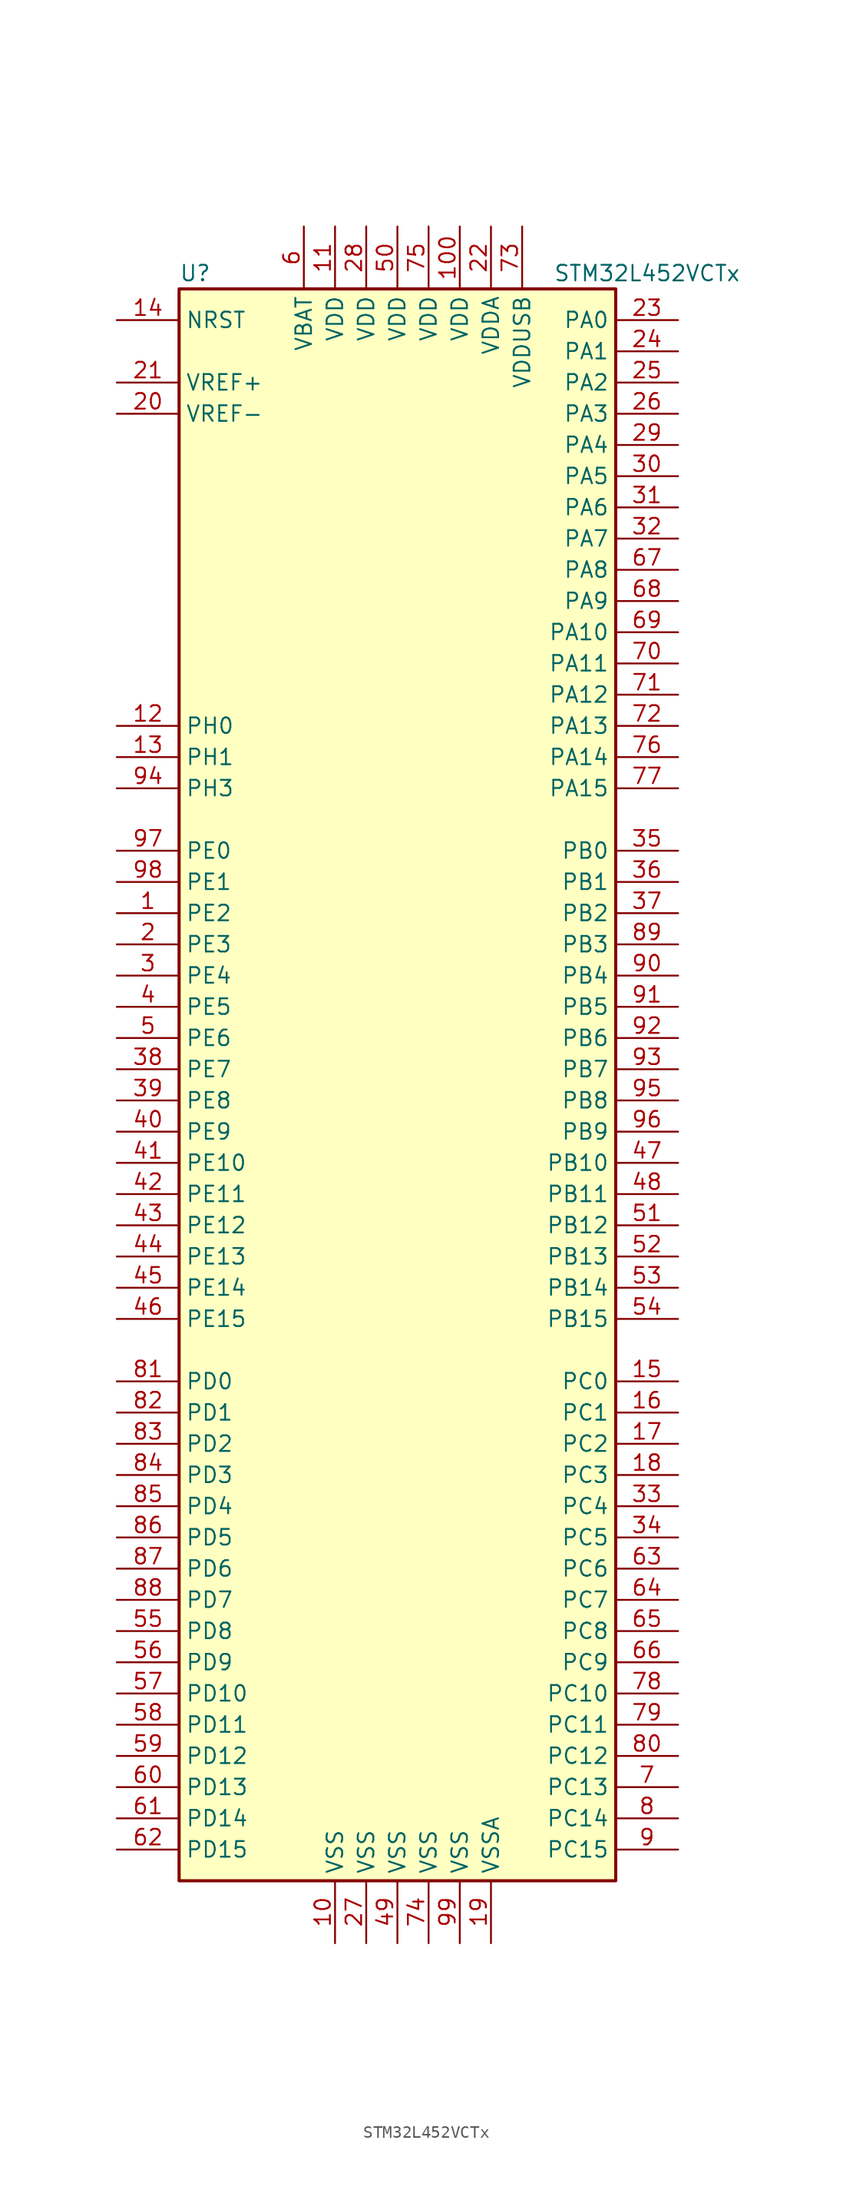
<source format=kicad_sym>
(kicad_symbol_lib
  (version 20201005)
  (generator kicad_symbol_editor)
  (symbol "MCU_ST_STM32L4:STM32L452VCTx"
    (property "Reference" "U"
      (at -17.78 64.77 0)
      (effects (font (size 1.27 1.27)) (justify left)))
    (property "Value" "STM32L452VCTx"
      (at 12.7 64.77 0)
      (effects (font (size 1.27 1.27)) (justify left)))
    (symbol "STM32L452VCTx_0_1"
      (rectangle (start -17.78 -66.04) (end 17.78 63.5) (stroke (width 0.254)) (fill (type background))))
    (symbol "STM32L452VCTx_1_1"
      (pin bidirectional line (at -22.86 12.7 0) (length 5.08) (name "PE2" (effects (font (size 1.27 1.27)))) (number "1" (effects (font (size 1.27 1.27)))))
      (pin power_in line (at -5.08 -71.12 90) (length 5.08) (name "VSS" (effects (font (size 1.27 1.27)))) (number "10" (effects (font (size 1.27 1.27)))))
      (pin power_in line (at 5.08 68.58 270) (length 5.08) (name "VDD" (effects (font (size 1.27 1.27)))) (number "100" (effects (font (size 1.27 1.27)))))
      (pin power_in line (at -5.08 68.58 270) (length 5.08) (name "VDD" (effects (font (size 1.27 1.27)))) (number "11" (effects (font (size 1.27 1.27)))))
      (pin input line (at -22.86 27.94 0) (length 5.08) (name "PH0" (effects (font (size 1.27 1.27)))) (number "12" (effects (font (size 1.27 1.27)))))
      (pin input line (at -22.86 25.4 0) (length 5.08) (name "PH1" (effects (font (size 1.27 1.27)))) (number "13" (effects (font (size 1.27 1.27)))))
      (pin input line (at -22.86 60.96 0) (length 5.08) (name "NRST" (effects (font (size 1.27 1.27)))) (number "14" (effects (font (size 1.27 1.27)))))
      (pin bidirectional line (at 22.86 -25.4 180) (length 5.08) (name "PC0" (effects (font (size 1.27 1.27)))) (number "15" (effects (font (size 1.27 1.27)))))
      (pin bidirectional line (at 22.86 -27.94 180) (length 5.08) (name "PC1" (effects (font (size 1.27 1.27)))) (number "16" (effects (font (size 1.27 1.27)))))
      (pin bidirectional line (at 22.86 -30.48 180) (length 5.08) (name "PC2" (effects (font (size 1.27 1.27)))) (number "17" (effects (font (size 1.27 1.27)))))
      (pin bidirectional line (at 22.86 -33.02 180) (length 5.08) (name "PC3" (effects (font (size 1.27 1.27)))) (number "18" (effects (font (size 1.27 1.27)))))
      (pin power_in line (at 7.62 -71.12 90) (length 5.08) (name "VSSA" (effects (font (size 1.27 1.27)))) (number "19" (effects (font (size 1.27 1.27)))))
      (pin bidirectional line (at -22.86 10.16 0) (length 5.08) (name "PE3" (effects (font (size 1.27 1.27)))) (number "2" (effects (font (size 1.27 1.27)))))
      (pin power_in line (at -22.86 53.34 0) (length 5.08) (name "VREF-" (effects (font (size 1.27 1.27)))) (number "20" (effects (font (size 1.27 1.27)))))
      (pin bidirectional line (at -22.86 55.88 0) (length 5.08) (name "VREF+" (effects (font (size 1.27 1.27)))) (number "21" (effects (font (size 1.27 1.27)))))
      (pin power_in line (at 7.62 68.58 270) (length 5.08) (name "VDDA" (effects (font (size 1.27 1.27)))) (number "22" (effects (font (size 1.27 1.27)))))
      (pin bidirectional line (at 22.86 60.96 180) (length 5.08) (name "PA0" (effects (font (size 1.27 1.27)))) (number "23" (effects (font (size 1.27 1.27)))))
      (pin bidirectional line (at 22.86 58.42 180) (length 5.08) (name "PA1" (effects (font (size 1.27 1.27)))) (number "24" (effects (font (size 1.27 1.27)))))
      (pin bidirectional line (at 22.86 55.88 180) (length 5.08) (name "PA2" (effects (font (size 1.27 1.27)))) (number "25" (effects (font (size 1.27 1.27)))))
      (pin bidirectional line (at 22.86 53.34 180) (length 5.08) (name "PA3" (effects (font (size 1.27 1.27)))) (number "26" (effects (font (size 1.27 1.27)))))
      (pin power_in line (at -2.54 -71.12 90) (length 5.08) (name "VSS" (effects (font (size 1.27 1.27)))) (number "27" (effects (font (size 1.27 1.27)))))
      (pin power_in line (at -2.54 68.58 270) (length 5.08) (name "VDD" (effects (font (size 1.27 1.27)))) (number "28" (effects (font (size 1.27 1.27)))))
      (pin bidirectional line (at 22.86 50.8 180) (length 5.08) (name "PA4" (effects (font (size 1.27 1.27)))) (number "29" (effects (font (size 1.27 1.27)))))
      (pin bidirectional line (at -22.86 7.62 0) (length 5.08) (name "PE4" (effects (font (size 1.27 1.27)))) (number "3" (effects (font (size 1.27 1.27)))))
      (pin bidirectional line (at 22.86 48.26 180) (length 5.08) (name "PA5" (effects (font (size 1.27 1.27)))) (number "30" (effects (font (size 1.27 1.27)))))
      (pin bidirectional line (at 22.86 45.72 180) (length 5.08) (name "PA6" (effects (font (size 1.27 1.27)))) (number "31" (effects (font (size 1.27 1.27)))))
      (pin bidirectional line (at 22.86 43.18 180) (length 5.08) (name "PA7" (effects (font (size 1.27 1.27)))) (number "32" (effects (font (size 1.27 1.27)))))
      (pin bidirectional line (at 22.86 -35.56 180) (length 5.08) (name "PC4" (effects (font (size 1.27 1.27)))) (number "33" (effects (font (size 1.27 1.27)))))
      (pin bidirectional line (at 22.86 -38.1 180) (length 5.08) (name "PC5" (effects (font (size 1.27 1.27)))) (number "34" (effects (font (size 1.27 1.27)))))
      (pin bidirectional line (at 22.86 17.78 180) (length 5.08) (name "PB0" (effects (font (size 1.27 1.27)))) (number "35" (effects (font (size 1.27 1.27)))))
      (pin bidirectional line (at 22.86 15.24 180) (length 5.08) (name "PB1" (effects (font (size 1.27 1.27)))) (number "36" (effects (font (size 1.27 1.27)))))
      (pin bidirectional line (at 22.86 12.7 180) (length 5.08) (name "PB2" (effects (font (size 1.27 1.27)))) (number "37" (effects (font (size 1.27 1.27)))))
      (pin bidirectional line (at -22.86 0 0) (length 5.08) (name "PE7" (effects (font (size 1.27 1.27)))) (number "38" (effects (font (size 1.27 1.27)))))
      (pin bidirectional line (at -22.86 -2.54 0) (length 5.08) (name "PE8" (effects (font (size 1.27 1.27)))) (number "39" (effects (font (size 1.27 1.27)))))
      (pin bidirectional line (at -22.86 5.08 0) (length 5.08) (name "PE5" (effects (font (size 1.27 1.27)))) (number "4" (effects (font (size 1.27 1.27)))))
      (pin bidirectional line (at -22.86 -5.08 0) (length 5.08) (name "PE9" (effects (font (size 1.27 1.27)))) (number "40" (effects (font (size 1.27 1.27)))))
      (pin bidirectional line (at -22.86 -7.62 0) (length 5.08) (name "PE10" (effects (font (size 1.27 1.27)))) (number "41" (effects (font (size 1.27 1.27)))))
      (pin bidirectional line (at -22.86 -10.16 0) (length 5.08) (name "PE11" (effects (font (size 1.27 1.27)))) (number "42" (effects (font (size 1.27 1.27)))))
      (pin bidirectional line (at -22.86 -12.7 0) (length 5.08) (name "PE12" (effects (font (size 1.27 1.27)))) (number "43" (effects (font (size 1.27 1.27)))))
      (pin bidirectional line (at -22.86 -15.24 0) (length 5.08) (name "PE13" (effects (font (size 1.27 1.27)))) (number "44" (effects (font (size 1.27 1.27)))))
      (pin bidirectional line (at -22.86 -17.78 0) (length 5.08) (name "PE14" (effects (font (size 1.27 1.27)))) (number "45" (effects (font (size 1.27 1.27)))))
      (pin bidirectional line (at -22.86 -20.32 0) (length 5.08) (name "PE15" (effects (font (size 1.27 1.27)))) (number "46" (effects (font (size 1.27 1.27)))))
      (pin bidirectional line (at 22.86 -7.62 180) (length 5.08) (name "PB10" (effects (font (size 1.27 1.27)))) (number "47" (effects (font (size 1.27 1.27)))))
      (pin bidirectional line (at 22.86 -10.16 180) (length 5.08) (name "PB11" (effects (font (size 1.27 1.27)))) (number "48" (effects (font (size 1.27 1.27)))))
      (pin power_in line (at 0 -71.12 90) (length 5.08) (name "VSS" (effects (font (size 1.27 1.27)))) (number "49" (effects (font (size 1.27 1.27)))))
      (pin bidirectional line (at -22.86 2.54 0) (length 5.08) (name "PE6" (effects (font (size 1.27 1.27)))) (number "5" (effects (font (size 1.27 1.27)))))
      (pin power_in line (at 0 68.58 270) (length 5.08) (name "VDD" (effects (font (size 1.27 1.27)))) (number "50" (effects (font (size 1.27 1.27)))))
      (pin bidirectional line (at 22.86 -12.7 180) (length 5.08) (name "PB12" (effects (font (size 1.27 1.27)))) (number "51" (effects (font (size 1.27 1.27)))))
      (pin bidirectional line (at 22.86 -15.24 180) (length 5.08) (name "PB13" (effects (font (size 1.27 1.27)))) (number "52" (effects (font (size 1.27 1.27)))))
      (pin bidirectional line (at 22.86 -17.78 180) (length 5.08) (name "PB14" (effects (font (size 1.27 1.27)))) (number "53" (effects (font (size 1.27 1.27)))))
      (pin bidirectional line (at 22.86 -20.32 180) (length 5.08) (name "PB15" (effects (font (size 1.27 1.27)))) (number "54" (effects (font (size 1.27 1.27)))))
      (pin bidirectional line (at -22.86 -45.72 0) (length 5.08) (name "PD8" (effects (font (size 1.27 1.27)))) (number "55" (effects (font (size 1.27 1.27)))))
      (pin bidirectional line (at -22.86 -48.26 0) (length 5.08) (name "PD9" (effects (font (size 1.27 1.27)))) (number "56" (effects (font (size 1.27 1.27)))))
      (pin bidirectional line (at -22.86 -50.8 0) (length 5.08) (name "PD10" (effects (font (size 1.27 1.27)))) (number "57" (effects (font (size 1.27 1.27)))))
      (pin bidirectional line (at -22.86 -53.34 0) (length 5.08) (name "PD11" (effects (font (size 1.27 1.27)))) (number "58" (effects (font (size 1.27 1.27)))))
      (pin bidirectional line (at -22.86 -55.88 0) (length 5.08) (name "PD12" (effects (font (size 1.27 1.27)))) (number "59" (effects (font (size 1.27 1.27)))))
      (pin power_in line (at -7.62 68.58 270) (length 5.08) (name "VBAT" (effects (font (size 1.27 1.27)))) (number "6" (effects (font (size 1.27 1.27)))))
      (pin bidirectional line (at -22.86 -58.42 0) (length 5.08) (name "PD13" (effects (font (size 1.27 1.27)))) (number "60" (effects (font (size 1.27 1.27)))))
      (pin bidirectional line (at -22.86 -60.96 0) (length 5.08) (name "PD14" (effects (font (size 1.27 1.27)))) (number "61" (effects (font (size 1.27 1.27)))))
      (pin bidirectional line (at -22.86 -63.5 0) (length 5.08) (name "PD15" (effects (font (size 1.27 1.27)))) (number "62" (effects (font (size 1.27 1.27)))))
      (pin bidirectional line (at 22.86 -40.64 180) (length 5.08) (name "PC6" (effects (font (size 1.27 1.27)))) (number "63" (effects (font (size 1.27 1.27)))))
      (pin bidirectional line (at 22.86 -43.18 180) (length 5.08) (name "PC7" (effects (font (size 1.27 1.27)))) (number "64" (effects (font (size 1.27 1.27)))))
      (pin bidirectional line (at 22.86 -45.72 180) (length 5.08) (name "PC8" (effects (font (size 1.27 1.27)))) (number "65" (effects (font (size 1.27 1.27)))))
      (pin bidirectional line (at 22.86 -48.26 180) (length 5.08) (name "PC9" (effects (font (size 1.27 1.27)))) (number "66" (effects (font (size 1.27 1.27)))))
      (pin bidirectional line (at 22.86 40.64 180) (length 5.08) (name "PA8" (effects (font (size 1.27 1.27)))) (number "67" (effects (font (size 1.27 1.27)))))
      (pin bidirectional line (at 22.86 38.1 180) (length 5.08) (name "PA9" (effects (font (size 1.27 1.27)))) (number "68" (effects (font (size 1.27 1.27)))))
      (pin bidirectional line (at 22.86 35.56 180) (length 5.08) (name "PA10" (effects (font (size 1.27 1.27)))) (number "69" (effects (font (size 1.27 1.27)))))
      (pin bidirectional line (at 22.86 -58.42 180) (length 5.08) (name "PC13" (effects (font (size 1.27 1.27)))) (number "7" (effects (font (size 1.27 1.27)))))
      (pin bidirectional line (at 22.86 33.02 180) (length 5.08) (name "PA11" (effects (font (size 1.27 1.27)))) (number "70" (effects (font (size 1.27 1.27)))))
      (pin bidirectional line (at 22.86 30.48 180) (length 5.08) (name "PA12" (effects (font (size 1.27 1.27)))) (number "71" (effects (font (size 1.27 1.27)))))
      (pin bidirectional line (at 22.86 27.94 180) (length 5.08) (name "PA13" (effects (font (size 1.27 1.27)))) (number "72" (effects (font (size 1.27 1.27)))))
      (pin power_in line (at 10.16 68.58 270) (length 5.08) (name "VDDUSB" (effects (font (size 1.27 1.27)))) (number "73" (effects (font (size 1.27 1.27)))))
      (pin power_in line (at 2.54 -71.12 90) (length 5.08) (name "VSS" (effects (font (size 1.27 1.27)))) (number "74" (effects (font (size 1.27 1.27)))))
      (pin power_in line (at 2.54 68.58 270) (length 5.08) (name "VDD" (effects (font (size 1.27 1.27)))) (number "75" (effects (font (size 1.27 1.27)))))
      (pin bidirectional line (at 22.86 25.4 180) (length 5.08) (name "PA14" (effects (font (size 1.27 1.27)))) (number "76" (effects (font (size 1.27 1.27)))))
      (pin bidirectional line (at 22.86 22.86 180) (length 5.08) (name "PA15" (effects (font (size 1.27 1.27)))) (number "77" (effects (font (size 1.27 1.27)))))
      (pin bidirectional line (at 22.86 -50.8 180) (length 5.08) (name "PC10" (effects (font (size 1.27 1.27)))) (number "78" (effects (font (size 1.27 1.27)))))
      (pin bidirectional line (at 22.86 -53.34 180) (length 5.08) (name "PC11" (effects (font (size 1.27 1.27)))) (number "79" (effects (font (size 1.27 1.27)))))
      (pin bidirectional line (at 22.86 -60.96 180) (length 5.08) (name "PC14" (effects (font (size 1.27 1.27)))) (number "8" (effects (font (size 1.27 1.27)))))
      (pin bidirectional line (at 22.86 -55.88 180) (length 5.08) (name "PC12" (effects (font (size 1.27 1.27)))) (number "80" (effects (font (size 1.27 1.27)))))
      (pin bidirectional line (at -22.86 -25.4 0) (length 5.08) (name "PD0" (effects (font (size 1.27 1.27)))) (number "81" (effects (font (size 1.27 1.27)))))
      (pin bidirectional line (at -22.86 -27.94 0) (length 5.08) (name "PD1" (effects (font (size 1.27 1.27)))) (number "82" (effects (font (size 1.27 1.27)))))
      (pin bidirectional line (at -22.86 -30.48 0) (length 5.08) (name "PD2" (effects (font (size 1.27 1.27)))) (number "83" (effects (font (size 1.27 1.27)))))
      (pin bidirectional line (at -22.86 -33.02 0) (length 5.08) (name "PD3" (effects (font (size 1.27 1.27)))) (number "84" (effects (font (size 1.27 1.27)))))
      (pin bidirectional line (at -22.86 -35.56 0) (length 5.08) (name "PD4" (effects (font (size 1.27 1.27)))) (number "85" (effects (font (size 1.27 1.27)))))
      (pin bidirectional line (at -22.86 -38.1 0) (length 5.08) (name "PD5" (effects (font (size 1.27 1.27)))) (number "86" (effects (font (size 1.27 1.27)))))
      (pin bidirectional line (at -22.86 -40.64 0) (length 5.08) (name "PD6" (effects (font (size 1.27 1.27)))) (number "87" (effects (font (size 1.27 1.27)))))
      (pin bidirectional line (at -22.86 -43.18 0) (length 5.08) (name "PD7" (effects (font (size 1.27 1.27)))) (number "88" (effects (font (size 1.27 1.27)))))
      (pin bidirectional line (at 22.86 10.16 180) (length 5.08) (name "PB3" (effects (font (size 1.27 1.27)))) (number "89" (effects (font (size 1.27 1.27)))))
      (pin bidirectional line (at 22.86 -63.5 180) (length 5.08) (name "PC15" (effects (font (size 1.27 1.27)))) (number "9" (effects (font (size 1.27 1.27)))))
      (pin bidirectional line (at 22.86 7.62 180) (length 5.08) (name "PB4" (effects (font (size 1.27 1.27)))) (number "90" (effects (font (size 1.27 1.27)))))
      (pin bidirectional line (at 22.86 5.08 180) (length 5.08) (name "PB5" (effects (font (size 1.27 1.27)))) (number "91" (effects (font (size 1.27 1.27)))))
      (pin bidirectional line (at 22.86 2.54 180) (length 5.08) (name "PB6" (effects (font (size 1.27 1.27)))) (number "92" (effects (font (size 1.27 1.27)))))
      (pin bidirectional line (at 22.86 0 180) (length 5.08) (name "PB7" (effects (font (size 1.27 1.27)))) (number "93" (effects (font (size 1.27 1.27)))))
      (pin bidirectional line (at -22.86 22.86 0) (length 5.08) (name "PH3" (effects (font (size 1.27 1.27)))) (number "94" (effects (font (size 1.27 1.27)))))
      (pin bidirectional line (at 22.86 -2.54 180) (length 5.08) (name "PB8" (effects (font (size 1.27 1.27)))) (number "95" (effects (font (size 1.27 1.27)))))
      (pin bidirectional line (at 22.86 -5.08 180) (length 5.08) (name "PB9" (effects (font (size 1.27 1.27)))) (number "96" (effects (font (size 1.27 1.27)))))
      (pin bidirectional line (at -22.86 17.78 0) (length 5.08) (name "PE0" (effects (font (size 1.27 1.27)))) (number "97" (effects (font (size 1.27 1.27)))))
      (pin bidirectional line (at -22.86 15.24 0) (length 5.08) (name "PE1" (effects (font (size 1.27 1.27)))) (number "98" (effects (font (size 1.27 1.27)))))
      (pin power_in line (at 5.08 -71.12 90) (length 5.08) (name "VSS" (effects (font (size 1.27 1.27)))) (number "99" (effects (font (size 1.27 1.27))))))))
</source>
